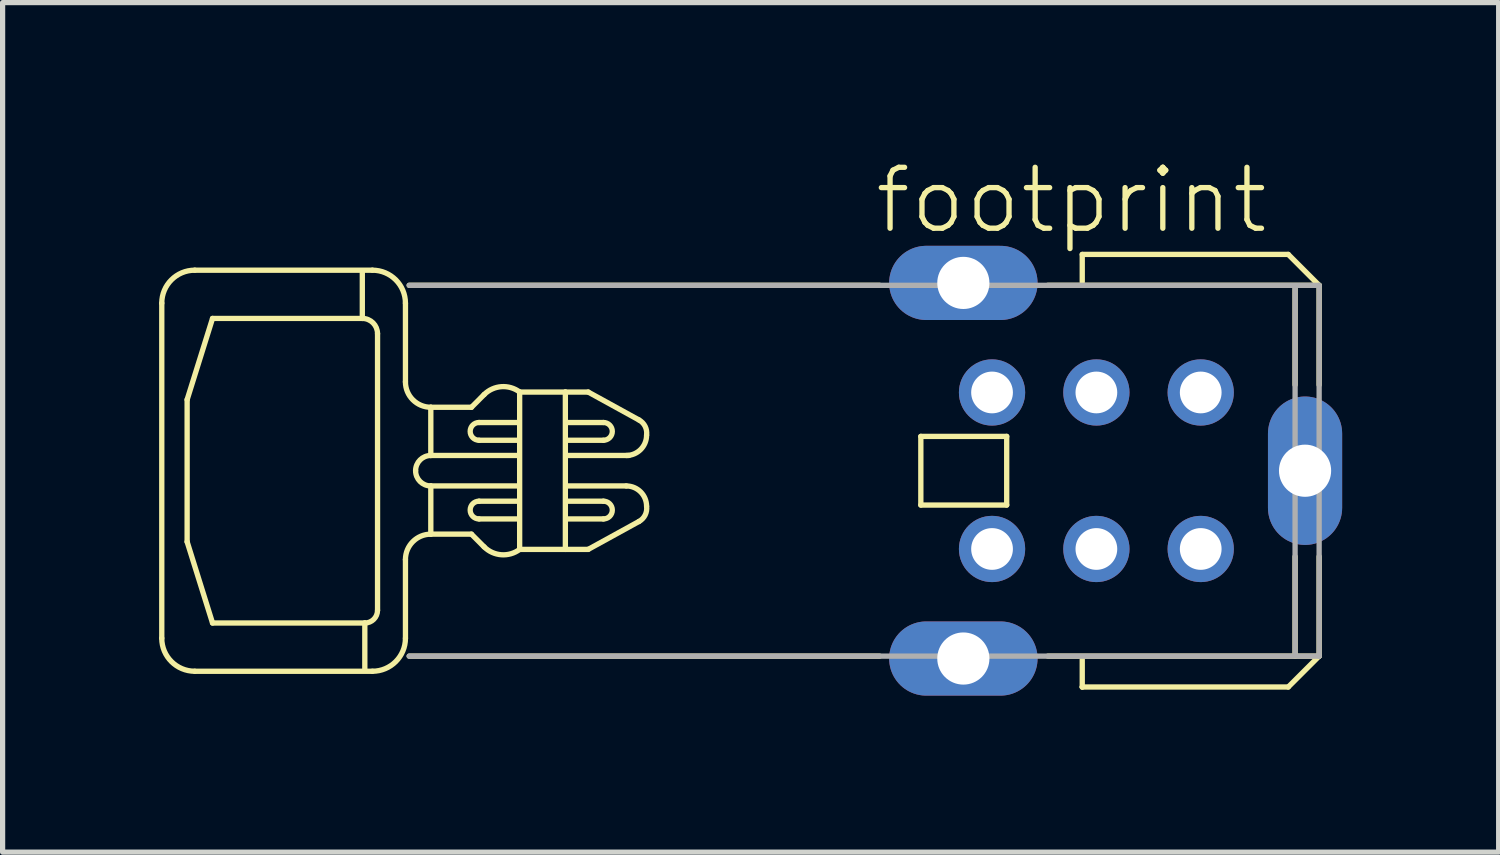
<source format=kicad_pcb>
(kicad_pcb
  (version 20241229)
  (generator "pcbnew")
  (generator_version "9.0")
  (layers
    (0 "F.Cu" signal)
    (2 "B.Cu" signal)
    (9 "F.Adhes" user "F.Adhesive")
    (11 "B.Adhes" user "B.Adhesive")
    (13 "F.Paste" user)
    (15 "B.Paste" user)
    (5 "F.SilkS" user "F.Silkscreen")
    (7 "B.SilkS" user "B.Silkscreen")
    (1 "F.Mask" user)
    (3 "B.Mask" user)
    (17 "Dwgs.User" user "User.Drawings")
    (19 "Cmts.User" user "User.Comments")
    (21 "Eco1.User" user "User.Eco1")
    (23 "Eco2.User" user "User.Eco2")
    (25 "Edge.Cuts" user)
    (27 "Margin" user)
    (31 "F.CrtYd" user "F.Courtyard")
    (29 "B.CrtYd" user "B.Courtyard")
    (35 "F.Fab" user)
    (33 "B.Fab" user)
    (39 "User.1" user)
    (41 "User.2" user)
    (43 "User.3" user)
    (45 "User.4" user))
  (footprint "footprint"
    (layer "F.Cu")
    (at 12.166 5.973)
    (property "Reference" "footprint" (at 1.5 -4.5 0) (layer "F.SilkS") (effects (font (size 1.168 1.168) (thickness 0.102)) (justify left bottom)))
    (fp_line (start -12.115 3.211) (end -12.115 -3.211) (stroke (width 0.102) (type solid)) (layer "F.SilkS"))
    (fp_line (start -11.629 1.362) (end -11.142 2.919) (stroke (width 0.102) (type solid)) (layer "F.SilkS"))
    (fp_line (start -11.629 -1.362) (end -11.629 1.362) (stroke (width 0.102) (type solid)) (layer "F.SilkS"))
    (fp_line (start -11.483 -3.844) (end -8.077 -3.844) (stroke (width 0.102) (type solid)) (layer "F.SilkS"))
    (fp_line (start -11.483 3.844) (end -8.077 3.844) (stroke (width 0.102) (type solid)) (layer "F.SilkS"))
    (fp_line (start -11.142 -2.919) (end -11.629 -1.362) (stroke (width 0.102) (type solid)) (layer "F.SilkS"))
    (fp_line (start -11.142 -2.919) (end -8.271 -2.919) (stroke (width 0.102) (type solid)) (layer "F.SilkS"))
    (fp_line (start -8.271 -3.795) (end -8.271 -2.919) (stroke (width 0.102) (type solid)) (layer "F.SilkS"))
    (fp_line (start -8.223 2.919) (end -11.142 2.919) (stroke (width 0.102) (type solid)) (layer "F.SilkS"))
    (fp_line (start -8.223 2.919) (end -8.223 3.795) (stroke (width 0.102) (type solid)) (layer "F.SilkS"))
    (fp_line (start -7.979 -2.627) (end -7.979 2.676) (stroke (width 0.102) (type solid)) (layer "F.SilkS"))
    (fp_line (start -7.444 -3.211) (end -7.444 -1.703) (stroke (width 0.102) (type solid)) (layer "F.SilkS"))
    (fp_line (start -7.444 1.703) (end -7.444 3.211) (stroke (width 0.102) (type solid)) (layer "F.SilkS"))
    (fp_line (start -7.372 3.554) (end 1.645 3.554) (stroke (width 0.102) (type solid)) (layer "F.SilkS"))
    (fp_line (start -6.958 -1.216) (end -6.179 -1.216) (stroke (width 0.102) (type solid)) (layer "F.SilkS"))
    (fp_line (start -6.958 -0.292) (end -6.958 -1.216) (stroke (width 0.102) (type solid)) (layer "F.SilkS"))
    (fp_line (start -6.958 -0.292) (end -5.303 -0.292) (stroke (width 0.102) (type solid)) (layer "F.SilkS"))
    (fp_line (start -6.958 0.292) (end -6.958 1.216) (stroke (width 0.102) (type solid)) (layer "F.SilkS"))
    (fp_line (start -6.958 1.216) (end -6.179 1.216) (stroke (width 0.102) (type solid)) (layer "F.SilkS"))
    (fp_line (start -6.179 -1.216) (end -5.936 -1.46) (stroke (width 0.102) (type solid)) (layer "F.SilkS"))
    (fp_line (start -6.179 1.216) (end -5.936 1.46) (stroke (width 0.102) (type solid)) (layer "F.SilkS"))
    (fp_line (start -6.033 -0.584) (end -5.303 -0.584) (stroke (width 0.102) (type solid)) (layer "F.SilkS"))
    (fp_line (start -6.033 0.584) (end -5.303 0.584) (stroke (width 0.102) (type solid)) (layer "F.SilkS"))
    (fp_line (start -5.303 -0.924) (end -6.033 -0.924) (stroke (width 0.102) (type solid)) (layer "F.SilkS"))
    (fp_line (start -5.303 0.924) (end -6.033 0.924) (stroke (width 0.102) (type solid)) (layer "F.SilkS"))
    (fp_line (start -5.303 0.292) (end -6.958 0.292) (stroke (width 0.102) (type solid)) (layer "F.SilkS"))
    (fp_line (start -5.255 1.508) (end -5.255 -1.508) (stroke (width 0.102) (type solid)) (layer "F.SilkS"))
    (fp_line (start -4.379 -1.508) (end -4.379 1.508) (stroke (width 0.102) (type solid)) (layer "F.SilkS"))
    (fp_line (start -4.379 -1.508) (end -3.941 -1.508) (stroke (width 0.102) (type solid)) (layer "F.SilkS"))
    (fp_line (start -4.379 1.508) (end -5.255 1.508) (stroke (width 0.102) (type solid)) (layer "F.SilkS"))
    (fp_line (start -4.379 -1.508) (end -5.255 -1.508) (stroke (width 0.102) (type solid)) (layer "F.SilkS"))
    (fp_line (start -4.379 1.508) (end -3.941 1.508) (stroke (width 0.102) (type solid)) (layer "F.SilkS"))
    (fp_line (start -4.33 -0.924) (end -3.649 -0.924) (stroke (width 0.102) (type solid)) (layer "F.SilkS"))
    (fp_line (start -4.33 -0.292) (end -3.163 -0.292) (stroke (width 0.102) (type solid)) (layer "F.SilkS"))
    (fp_line (start -4.33 0.924) (end -3.649 0.924) (stroke (width 0.102) (type solid)) (layer "F.SilkS"))
    (fp_line (start -3.941 -1.508) (end -2.968 -0.973) (stroke (width 0.102) (type solid)) (layer "F.SilkS"))
    (fp_line (start -3.941 1.508) (end -2.968 0.973) (stroke (width 0.102) (type solid)) (layer "F.SilkS"))
    (fp_line (start -3.649 -0.584) (end -4.33 -0.584) (stroke (width 0.102) (type solid)) (layer "F.SilkS"))
    (fp_line (start -3.649 0.584) (end -4.33 0.584) (stroke (width 0.102) (type solid)) (layer "F.SilkS"))
    (fp_line (start -3.211 0.292) (end -4.33 0.292) (stroke (width 0.102) (type solid)) (layer "F.SilkS"))
    (fp_line (start 1.645 -3.554) (end -7.372 -3.554) (stroke (width 0.102) (type solid)) (layer "F.SilkS"))
    (fp_line (start 2.435 -0.658) (end 2.435 0.658) (stroke (width 0.102) (type solid)) (layer "F.SilkS"))
    (fp_line (start 2.435 0.658) (end 4.081 0.658) (stroke (width 0.102) (type solid)) (layer "F.SilkS"))
    (fp_line (start 4.081 -0.658) (end 2.435 -0.658) (stroke (width 0.102) (type solid)) (layer "F.SilkS"))
    (fp_line (start 4.081 0.658) (end 4.081 -0.658) (stroke (width 0.102) (type solid)) (layer "F.SilkS"))
    (fp_line (start 4.87 3.554) (end 10.07 3.554) (stroke (width 0.102) (type solid)) (layer "F.SilkS"))
    (fp_line (start 5.529 -4.146) (end 9.478 -4.146) (stroke (width 0.102) (type solid)) (layer "F.SilkS"))
    (fp_line (start 5.529 -3.62) (end 5.529 -4.146) (stroke (width 0.102) (type solid)) (layer "F.SilkS"))
    (fp_line (start 5.529 4.146) (end 5.529 3.62) (stroke (width 0.102) (type solid)) (layer "F.SilkS"))
    (fp_line (start 5.529 4.146) (end 9.478 4.146) (stroke (width 0.102) (type solid)) (layer "F.SilkS"))
    (fp_line (start 5.529 4.147) (end 5.529 4.146) (stroke (width 0.102) (type solid)) (layer "F.SilkS"))
    (fp_line (start 9.478 -4.146) (end 10.07 -3.554) (stroke (width 0.102) (type solid)) (layer "F.SilkS"))
    (fp_line (start 9.478 4.146) (end 10.07 3.554) (stroke (width 0.102) (type solid)) (layer "F.SilkS"))
    (fp_line (start 9.609 -3.488) (end 9.609 -1.645) (stroke (width 0.102) (type solid)) (layer "F.SilkS"))
    (fp_line (start 9.609 1.645) (end 9.609 3.554) (stroke (width 0.102) (type solid)) (layer "F.SilkS"))
    (fp_line (start 10.07 -3.554) (end 4.87 -3.554) (stroke (width 0.102) (type solid)) (layer "F.SilkS"))
    (fp_line (start 10.07 -1.645) (end 10.07 -3.554) (stroke (width 0.102) (type solid)) (layer "F.SilkS"))
    (fp_line (start 10.07 3.554) (end 10.07 1.645) (stroke (width 0.102) (type solid)) (layer "F.SilkS"))
    (fp_arc (start -12.1153 -3.2114) (mid -11.930073 -3.658675) (end -11.482798 -3.8439) (stroke (width 0.1016) (type solid)) (layer "F.SilkS"))
    (fp_arc (start -11.4828 3.8438) (mid -11.930016 3.658516) (end -12.1153 3.2113) (stroke (width 0.1016) (type solid)) (layer "F.SilkS"))
    (fp_arc (start -8.2714 -2.9194) (mid -8.064966 -2.833934) (end -7.979499 -2.627501) (stroke (width 0.1016) (type solid)) (layer "F.SilkS"))
    (fp_arc (start -8.0769 -3.8439) (mid -7.629584 -3.658616) (end -7.4443 -3.2113) (stroke (width 0.1016) (type solid)) (layer "F.SilkS"))
    (fp_arc (start -7.9795 2.676) (mid -8.050791 2.84801) (end -8.222801 2.919299) (stroke (width 0.1016) (type solid)) (layer "F.SilkS"))
    (fp_arc (start -7.4442 1.7028) (mid -7.301736 1.358763) (end -6.957699 1.216299) (stroke (width 0.1016) (type solid)) (layer "F.SilkS"))
    (fp_arc (start -7.4442 3.2112) (mid -7.629484 3.658516) (end -8.0768 3.8438) (stroke (width 0.1016) (type solid)) (layer "F.SilkS"))
    (fp_arc (start -7.2496 -0.0001) (mid -7.164104 -0.206504) (end -6.957699 -0.291999) (stroke (width 0.1016) (type solid)) (layer "F.SilkS"))
    (fp_arc (start -6.957799 -1.216399) (mid -7.301836 -1.358863) (end -7.4443 -1.7029) (stroke (width 0.1016) (type solid)) (layer "F.SilkS"))
    (fp_arc (start -6.9577 0.2919) (mid -7.164075 0.206374) (end -7.249599 -0.000001) (stroke (width 0.1016) (type solid)) (layer "F.SilkS"))
    (fp_arc (start -6.0333 -0.5839) (mid -6.2036 -0.7542) (end -6.0333 -0.9245) (stroke (width 0.1016) (type solid)) (layer "F.SilkS"))
    (fp_arc (start -6.0332 0.9244) (mid -6.2035 0.7541) (end -6.0332 0.5838) (stroke (width 0.1016) (type solid)) (layer "F.SilkS"))
    (fp_arc (start -5.936 -1.4597) (mid -5.604482 -1.611093) (end -5.254799 -1.508399) (stroke (width 0.1016) (type solid)) (layer "F.SilkS"))
    (fp_arc (start -5.254699 1.508299) (mid -5.604382 1.610992) (end -5.9359 1.4596) (stroke (width 0.1016) (type solid)) (layer "F.SilkS"))
    (fp_arc (start -3.6492 -0.9245) (mid -3.4789 -0.7542) (end -3.6492 -0.5839) (stroke (width 0.1016) (type solid)) (layer "F.SilkS"))
    (fp_arc (start -3.6491 0.5838) (mid -3.4788 0.7541) (end -3.6491 0.9244) (stroke (width 0.1016) (type solid)) (layer "F.SilkS"))
    (fp_arc (start -3.2111 0.2919) (mid -2.935894 0.405894) (end -2.8219 0.6811) (stroke (width 0.1016) (type solid)) (layer "F.SilkS"))
    (fp_arc (start -2.968 -0.9732) (mid -2.849484 -0.849959) (end -2.821999 -0.681201) (stroke (width 0.1016) (type solid)) (layer "F.SilkS"))
    (fp_arc (start -2.822 -0.6812) (mid -2.935994 -0.405994) (end -3.2112 -0.292) (stroke (width 0.1016) (type solid)) (layer "F.SilkS"))
    (fp_arc (start -2.821899 0.681101) (mid -2.849383 0.849859) (end -2.9679 0.9731) (stroke (width 0.1016) (type solid)) (layer "F.SilkS"))
    (fp_line (start -7.372 3.554) (end 10.07 3.554) (stroke (width 0.102) (type solid)) (layer "F.Fab"))
    (fp_line (start 9.609 -3.488) (end 9.609 3.488) (stroke (width 0.102) (type solid)) (layer "F.Fab"))
    (fp_line (start 10.07 -3.554) (end -7.372 -3.554) (stroke (width 0.102) (type solid)) (layer "F.Fab"))
    (fp_line (start 10.07 3.554) (end 10.07 -3.554) (stroke (width 0.102) (type solid)) (layer "F.Fab"))
    (pad "1" thru_hole circle (at 7.8 -1.5) (size 1.27 1.27) (drill 0.8) (layers "*.Cu" "*.Mask"))
    (pad "2" thru_hole circle (at 7.8 1.5) (size 1.27 1.27) (drill 0.8) (layers "*.Cu" "*.Mask"))
    (pad "3" thru_hole circle (at 5.8 -1.5) (size 1.27 1.27) (drill 0.8) (layers "*.Cu" "*.Mask"))
    (pad "4" thru_hole circle (at 5.8 1.5) (size 1.27 1.27) (drill 0.8) (layers "*.Cu" "*.Mask"))
    (pad "5" thru_hole circle (at 3.8 -1.5) (size 1.27 1.27) (drill 0.8) (layers "*.Cu" "*.Mask"))
    (pad "6" thru_hole circle (at 3.8 1.5) (size 1.27 1.27) (drill 0.8) (layers "*.Cu" "*.Mask"))
    (pad "M1" thru_hole oval (at 9.8 0 90) (size 2.845 1.422) (drill 1) (layers "*.Cu" "*.Mask"))
    (pad "M2" thru_hole oval (at 3.25 -3.6) (size 2.845 1.422) (drill 1) (layers "*.Cu" "*.Mask"))
    (pad "M3" thru_hole oval (at 3.25 3.6) (size 2.845 1.422) (drill 1) (layers "*.Cu" "*.Mask")))
  (gr_rect
    (start -3 -3)
    (end 25.677 13.284)
    (stroke (width 0.1) (type default))
    (fill no)
    (layer "Edge.Cuts")))
</source>
